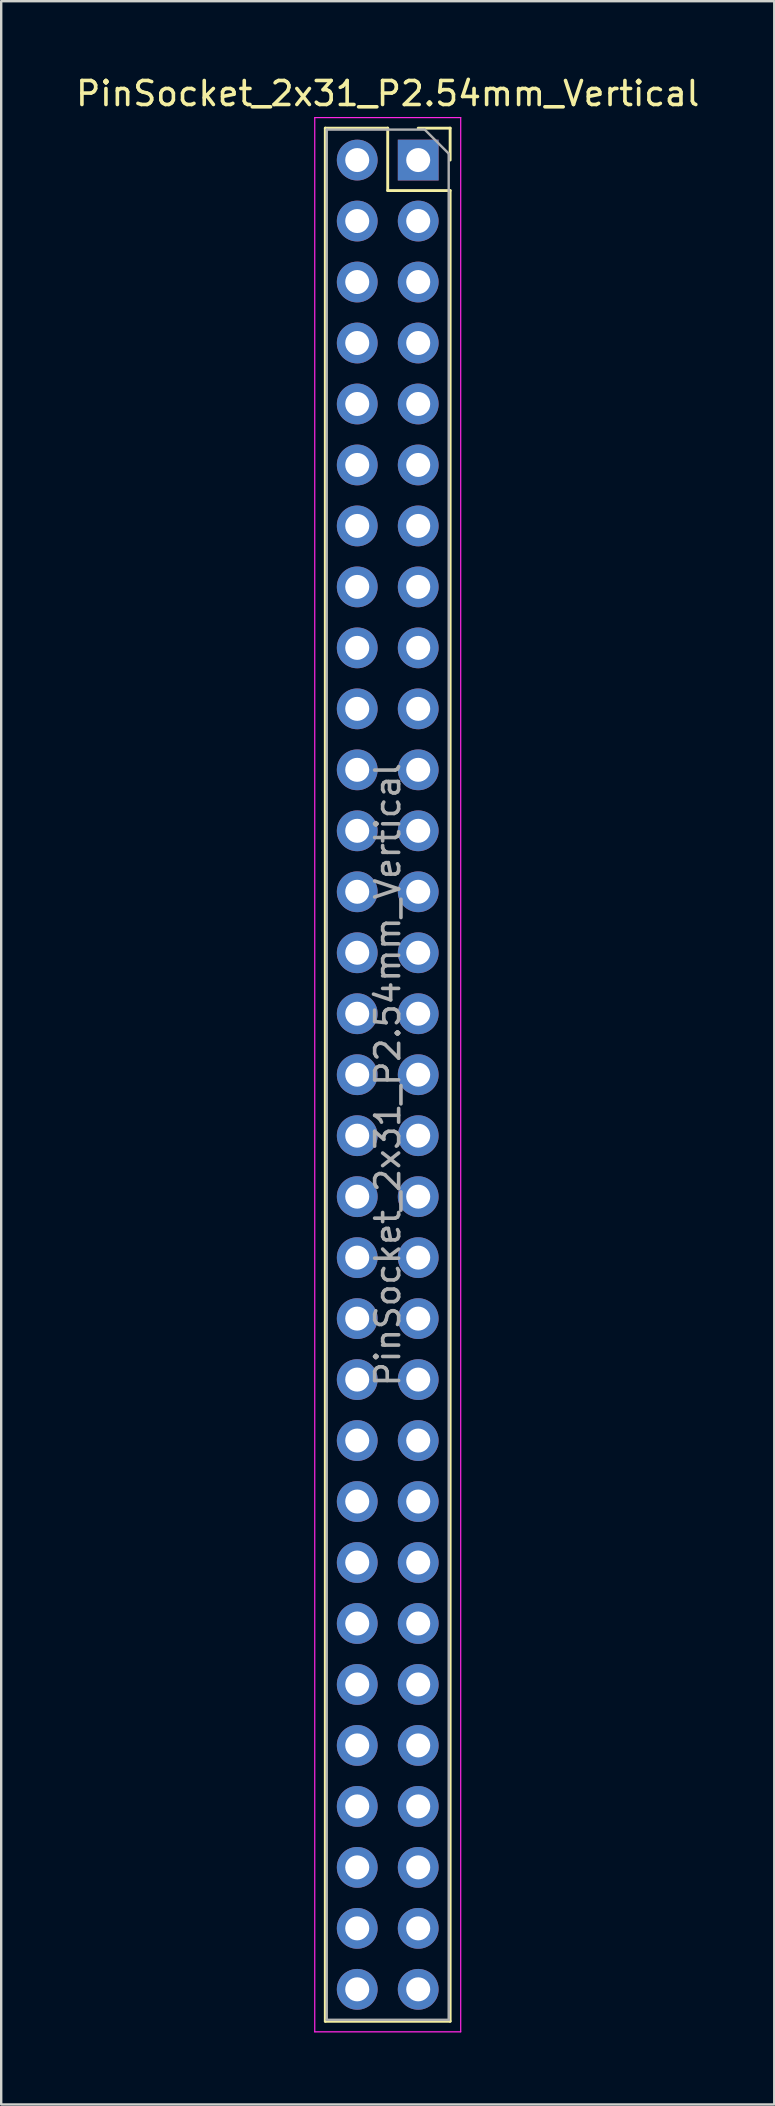
<source format=kicad_pcb>
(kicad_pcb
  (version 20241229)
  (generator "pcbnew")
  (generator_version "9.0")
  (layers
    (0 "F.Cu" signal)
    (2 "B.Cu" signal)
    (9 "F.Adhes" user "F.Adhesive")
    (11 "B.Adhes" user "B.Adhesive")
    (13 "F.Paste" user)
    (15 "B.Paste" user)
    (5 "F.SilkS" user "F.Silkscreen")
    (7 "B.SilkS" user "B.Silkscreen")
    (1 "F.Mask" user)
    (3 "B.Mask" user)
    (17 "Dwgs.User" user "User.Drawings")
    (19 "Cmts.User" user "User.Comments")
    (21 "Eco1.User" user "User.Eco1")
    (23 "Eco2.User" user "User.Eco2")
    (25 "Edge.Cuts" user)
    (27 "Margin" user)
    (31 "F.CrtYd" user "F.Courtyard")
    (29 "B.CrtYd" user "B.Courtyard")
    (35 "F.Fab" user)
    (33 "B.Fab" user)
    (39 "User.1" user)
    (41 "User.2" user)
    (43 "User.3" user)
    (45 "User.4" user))
  (footprint "PinSocket_2x31_P2.54mm_Vertical"
    (layer "F.Cu")
    (at 14.371 3.618)
    (property "Reference" "PinSocket_2x31_P2.54mm_Vertical" (at -1.27 -2.77 0) (layer "F.SilkS") (effects (font (size 1 1) (thickness 0.15))))
    (attr through_hole)
    (fp_line (start -3.87 -1.33) (end -3.87 77.53) (stroke (width 0.12) (type solid)) (layer "F.SilkS"))
    (fp_line (start -3.87 -1.33) (end -1.27 -1.33) (stroke (width 0.12) (type solid)) (layer "F.SilkS"))
    (fp_line (start -3.87 77.53) (end 1.33 77.53) (stroke (width 0.12) (type solid)) (layer "F.SilkS"))
    (fp_line (start -1.27 -1.33) (end -1.27 1.27) (stroke (width 0.12) (type solid)) (layer "F.SilkS"))
    (fp_line (start -1.27 1.27) (end 1.33 1.27) (stroke (width 0.12) (type solid)) (layer "F.SilkS"))
    (fp_line (start 0 -1.33) (end 1.33 -1.33) (stroke (width 0.12) (type solid)) (layer "F.SilkS"))
    (fp_line (start 1.33 -1.33) (end 1.33 0) (stroke (width 0.12) (type solid)) (layer "F.SilkS"))
    (fp_line (start 1.33 1.27) (end 1.33 77.53) (stroke (width 0.12) (type solid)) (layer "F.SilkS"))
    (fp_line (start -4.31 -1.77) (end 1.77 -1.77) (stroke (width 0.05) (type solid)) (layer "F.CrtYd"))
    (fp_line (start -4.31 77.97) (end -4.31 -1.77) (stroke (width 0.05) (type solid)) (layer "F.CrtYd"))
    (fp_line (start 1.77 -1.77) (end 1.77 77.97) (stroke (width 0.05) (type solid)) (layer "F.CrtYd"))
    (fp_line (start 1.77 77.97) (end -4.31 77.97) (stroke (width 0.05) (type solid)) (layer "F.CrtYd"))
    (fp_line (start -3.81 -1.27) (end 0.27 -1.27) (stroke (width 0.1) (type solid)) (layer "F.Fab"))
    (fp_line (start -3.81 77.47) (end -3.81 -1.27) (stroke (width 0.1) (type solid)) (layer "F.Fab"))
    (fp_line (start 0.27 -1.27) (end 1.27 -0.27) (stroke (width 0.1) (type solid)) (layer "F.Fab"))
    (fp_line (start 1.27 -0.27) (end 1.27 77.47) (stroke (width 0.1) (type solid)) (layer "F.Fab"))
    (fp_line (start 1.27 77.47) (end -3.81 77.47) (stroke (width 0.1) (type solid)) (layer "F.Fab"))
    (fp_text user "${REFERENCE}" (at -1.27 38.1 90) (layer "F.Fab") (effects (font (size 1 1) (thickness 0.15))))
    (pad "1" thru_hole rect (at 0 0) (size 1.7 1.7) (drill 1) (layers "*.Cu" "*.Mask"))
    (pad "2" thru_hole circle (at -2.54 0) (size 1.7 1.7) (drill 1) (layers "*.Cu" "*.Mask"))
    (pad "3" thru_hole circle (at 0 2.54) (size 1.7 1.7) (drill 1) (layers "*.Cu" "*.Mask"))
    (pad "4" thru_hole circle (at -2.54 2.54) (size 1.7 1.7) (drill 1) (layers "*.Cu" "*.Mask"))
    (pad "5" thru_hole circle (at 0 5.08) (size 1.7 1.7) (drill 1) (layers "*.Cu" "*.Mask"))
    (pad "6" thru_hole circle (at -2.54 5.08) (size 1.7 1.7) (drill 1) (layers "*.Cu" "*.Mask"))
    (pad "7" thru_hole circle (at 0 7.62) (size 1.7 1.7) (drill 1) (layers "*.Cu" "*.Mask"))
    (pad "8" thru_hole circle (at -2.54 7.62) (size 1.7 1.7) (drill 1) (layers "*.Cu" "*.Mask"))
    (pad "9" thru_hole circle (at 0 10.16) (size 1.7 1.7) (drill 1) (layers "*.Cu" "*.Mask"))
    (pad "10" thru_hole circle (at -2.54 10.16) (size 1.7 1.7) (drill 1) (layers "*.Cu" "*.Mask"))
    (pad "11" thru_hole circle (at 0 12.7) (size 1.7 1.7) (drill 1) (layers "*.Cu" "*.Mask"))
    (pad "12" thru_hole circle (at -2.54 12.7) (size 1.7 1.7) (drill 1) (layers "*.Cu" "*.Mask"))
    (pad "13" thru_hole circle (at 0 15.24) (size 1.7 1.7) (drill 1) (layers "*.Cu" "*.Mask"))
    (pad "14" thru_hole circle (at -2.54 15.24) (size 1.7 1.7) (drill 1) (layers "*.Cu" "*.Mask"))
    (pad "15" thru_hole circle (at 0 17.78) (size 1.7 1.7) (drill 1) (layers "*.Cu" "*.Mask"))
    (pad "16" thru_hole circle (at -2.54 17.78) (size 1.7 1.7) (drill 1) (layers "*.Cu" "*.Mask"))
    (pad "17" thru_hole circle (at 0 20.32) (size 1.7 1.7) (drill 1) (layers "*.Cu" "*.Mask"))
    (pad "18" thru_hole circle (at -2.54 20.32) (size 1.7 1.7) (drill 1) (layers "*.Cu" "*.Mask"))
    (pad "19" thru_hole circle (at 0 22.86) (size 1.7 1.7) (drill 1) (layers "*.Cu" "*.Mask"))
    (pad "20" thru_hole circle (at -2.54 22.86) (size 1.7 1.7) (drill 1) (layers "*.Cu" "*.Mask"))
    (pad "21" thru_hole circle (at 0 25.4) (size 1.7 1.7) (drill 1) (layers "*.Cu" "*.Mask"))
    (pad "22" thru_hole circle (at -2.54 25.4) (size 1.7 1.7) (drill 1) (layers "*.Cu" "*.Mask"))
    (pad "23" thru_hole circle (at 0 27.94) (size 1.7 1.7) (drill 1) (layers "*.Cu" "*.Mask"))
    (pad "24" thru_hole circle (at -2.54 27.94) (size 1.7 1.7) (drill 1) (layers "*.Cu" "*.Mask"))
    (pad "25" thru_hole circle (at 0 30.48) (size 1.7 1.7) (drill 1) (layers "*.Cu" "*.Mask"))
    (pad "26" thru_hole circle (at -2.54 30.48) (size 1.7 1.7) (drill 1) (layers "*.Cu" "*.Mask"))
    (pad "27" thru_hole circle (at 0 33.02) (size 1.7 1.7) (drill 1) (layers "*.Cu" "*.Mask"))
    (pad "28" thru_hole circle (at -2.54 33.02) (size 1.7 1.7) (drill 1) (layers "*.Cu" "*.Mask"))
    (pad "29" thru_hole circle (at 0 35.56) (size 1.7 1.7) (drill 1) (layers "*.Cu" "*.Mask"))
    (pad "30" thru_hole circle (at -2.54 35.56) (size 1.7 1.7) (drill 1) (layers "*.Cu" "*.Mask"))
    (pad "31" thru_hole circle (at 0 38.1) (size 1.7 1.7) (drill 1) (layers "*.Cu" "*.Mask"))
    (pad "32" thru_hole circle (at -2.54 38.1) (size 1.7 1.7) (drill 1) (layers "*.Cu" "*.Mask"))
    (pad "33" thru_hole circle (at 0 40.64) (size 1.7 1.7) (drill 1) (layers "*.Cu" "*.Mask"))
    (pad "34" thru_hole circle (at -2.54 40.64) (size 1.7 1.7) (drill 1) (layers "*.Cu" "*.Mask"))
    (pad "35" thru_hole circle (at 0 43.18) (size 1.7 1.7) (drill 1) (layers "*.Cu" "*.Mask"))
    (pad "36" thru_hole circle (at -2.54 43.18) (size 1.7 1.7) (drill 1) (layers "*.Cu" "*.Mask"))
    (pad "37" thru_hole circle (at 0 45.72) (size 1.7 1.7) (drill 1) (layers "*.Cu" "*.Mask"))
    (pad "38" thru_hole circle (at -2.54 45.72) (size 1.7 1.7) (drill 1) (layers "*.Cu" "*.Mask"))
    (pad "39" thru_hole circle (at 0 48.26) (size 1.7 1.7) (drill 1) (layers "*.Cu" "*.Mask"))
    (pad "40" thru_hole circle (at -2.54 48.26) (size 1.7 1.7) (drill 1) (layers "*.Cu" "*.Mask"))
    (pad "41" thru_hole circle (at 0 50.8) (size 1.7 1.7) (drill 1) (layers "*.Cu" "*.Mask"))
    (pad "42" thru_hole circle (at -2.54 50.8) (size 1.7 1.7) (drill 1) (layers "*.Cu" "*.Mask"))
    (pad "43" thru_hole circle (at 0 53.34) (size 1.7 1.7) (drill 1) (layers "*.Cu" "*.Mask"))
    (pad "44" thru_hole circle (at -2.54 53.34) (size 1.7 1.7) (drill 1) (layers "*.Cu" "*.Mask"))
    (pad "45" thru_hole circle (at 0 55.88) (size 1.7 1.7) (drill 1) (layers "*.Cu" "*.Mask"))
    (pad "46" thru_hole circle (at -2.54 55.88) (size 1.7 1.7) (drill 1) (layers "*.Cu" "*.Mask"))
    (pad "47" thru_hole circle (at 0 58.42) (size 1.7 1.7) (drill 1) (layers "*.Cu" "*.Mask"))
    (pad "48" thru_hole circle (at -2.54 58.42) (size 1.7 1.7) (drill 1) (layers "*.Cu" "*.Mask"))
    (pad "49" thru_hole circle (at 0 60.96) (size 1.7 1.7) (drill 1) (layers "*.Cu" "*.Mask"))
    (pad "50" thru_hole circle (at -2.54 60.96) (size 1.7 1.7) (drill 1) (layers "*.Cu" "*.Mask"))
    (pad "51" thru_hole circle (at 0 63.5) (size 1.7 1.7) (drill 1) (layers "*.Cu" "*.Mask"))
    (pad "52" thru_hole circle (at -2.54 63.5) (size 1.7 1.7) (drill 1) (layers "*.Cu" "*.Mask"))
    (pad "53" thru_hole circle (at 0 66.04) (size 1.7 1.7) (drill 1) (layers "*.Cu" "*.Mask"))
    (pad "54" thru_hole circle (at -2.54 66.04) (size 1.7 1.7) (drill 1) (layers "*.Cu" "*.Mask"))
    (pad "55" thru_hole circle (at 0 68.58) (size 1.7 1.7) (drill 1) (layers "*.Cu" "*.Mask"))
    (pad "56" thru_hole circle (at -2.54 68.58) (size 1.7 1.7) (drill 1) (layers "*.Cu" "*.Mask"))
    (pad "57" thru_hole circle (at 0 71.12) (size 1.7 1.7) (drill 1) (layers "*.Cu" "*.Mask"))
    (pad "58" thru_hole circle (at -2.54 71.12) (size 1.7 1.7) (drill 1) (layers "*.Cu" "*.Mask"))
    (pad "59" thru_hole circle (at 0 73.66) (size 1.7 1.7) (drill 1) (layers "*.Cu" "*.Mask"))
    (pad "60" thru_hole circle (at -2.54 73.66) (size 1.7 1.7) (drill 1) (layers "*.Cu" "*.Mask"))
    (pad "61" thru_hole circle (at 0 76.2) (size 1.7 1.7) (drill 1) (layers "*.Cu" "*.Mask"))
    (pad "62" thru_hole circle (at -2.54 76.2) (size 1.7 1.7) (drill 1) (layers "*.Cu" "*.Mask")))
  (gr_rect
    (start -3 -3)
    (end 29.202 84.613)
    (stroke (width 0.1) (type default))
    (fill no)
    (layer "Edge.Cuts")))
</source>
